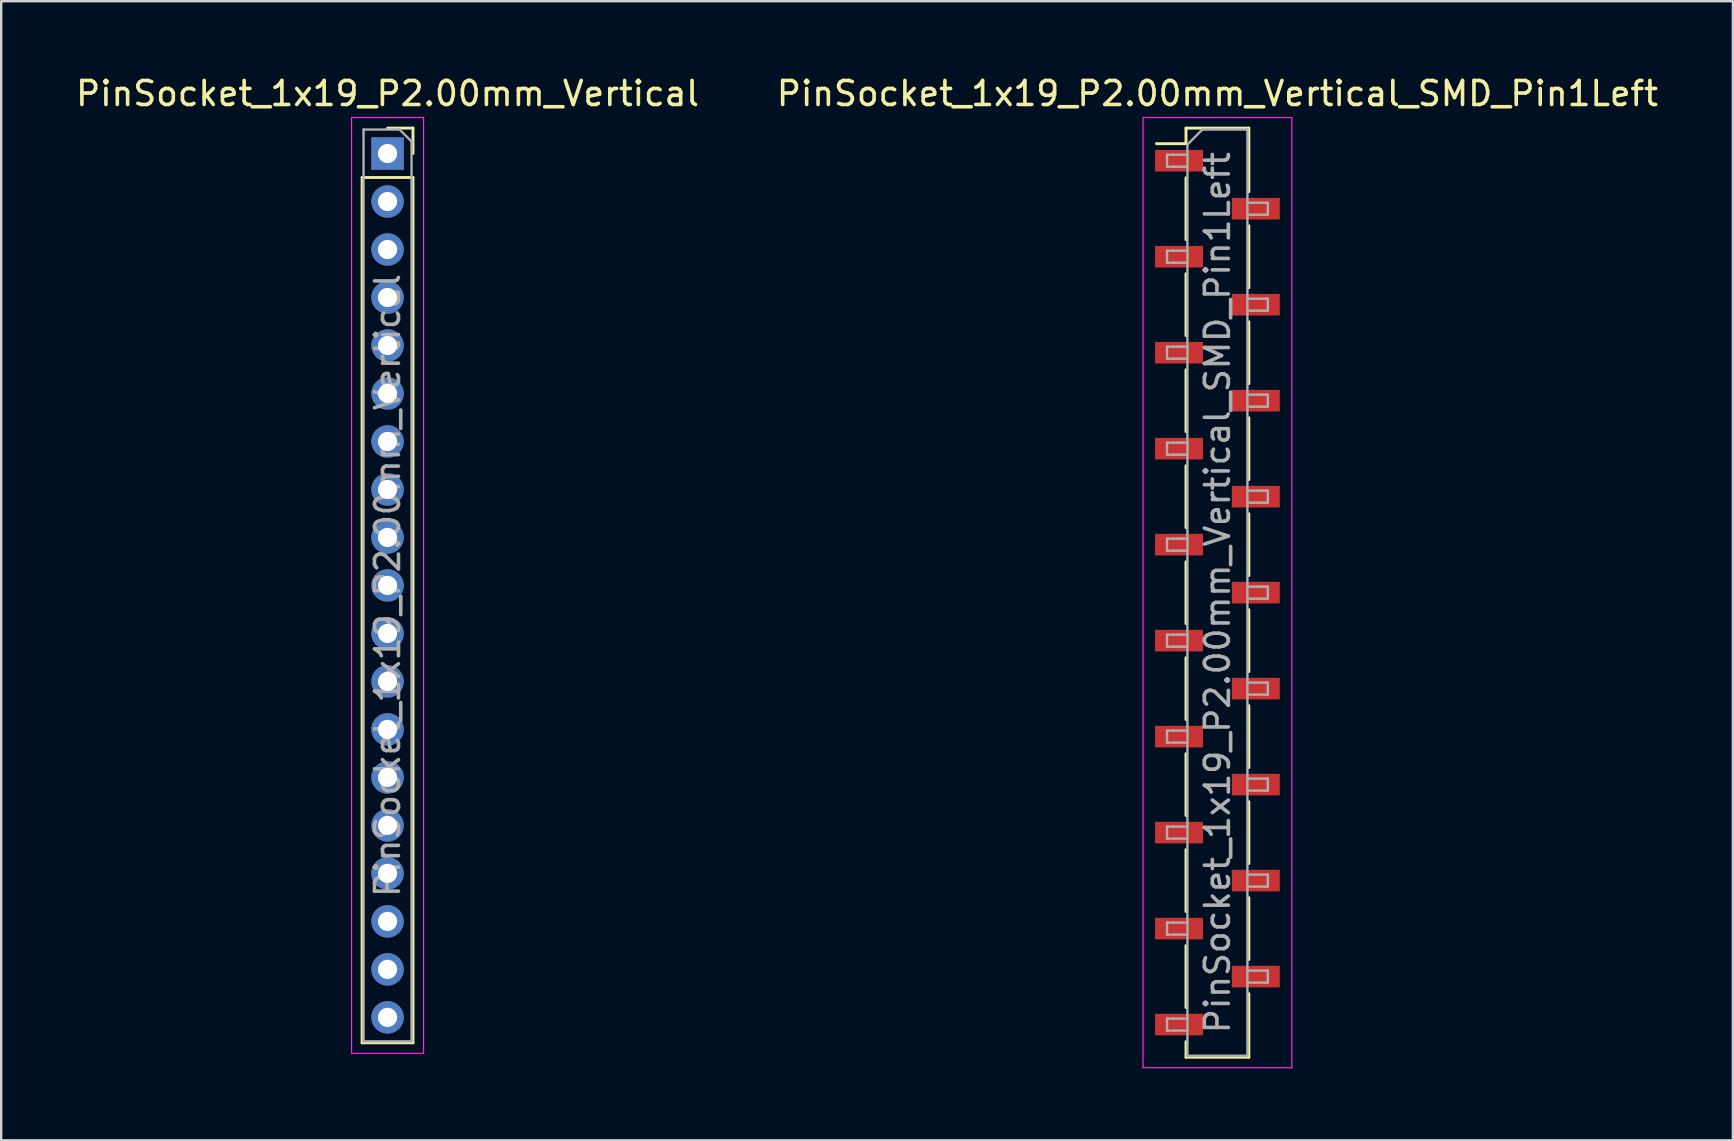
<source format=kicad_pcb>
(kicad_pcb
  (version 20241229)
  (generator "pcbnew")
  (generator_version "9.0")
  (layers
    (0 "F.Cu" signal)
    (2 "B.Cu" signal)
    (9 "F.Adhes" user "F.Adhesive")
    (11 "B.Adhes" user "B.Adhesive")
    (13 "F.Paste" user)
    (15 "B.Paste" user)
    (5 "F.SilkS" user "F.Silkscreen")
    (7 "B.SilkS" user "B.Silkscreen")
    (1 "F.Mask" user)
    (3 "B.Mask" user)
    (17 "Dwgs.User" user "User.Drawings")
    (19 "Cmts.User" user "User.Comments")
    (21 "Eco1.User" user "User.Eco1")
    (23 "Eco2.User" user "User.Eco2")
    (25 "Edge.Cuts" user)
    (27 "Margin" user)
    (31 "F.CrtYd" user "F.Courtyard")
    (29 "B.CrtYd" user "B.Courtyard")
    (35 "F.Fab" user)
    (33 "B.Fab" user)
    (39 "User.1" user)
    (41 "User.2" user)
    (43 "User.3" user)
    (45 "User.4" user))
  (footprint "PinSocket_1x19_P2.00mm_Vertical_SMD_Pin1Left"
    (layer "F.Cu")
    (at 47.685 21.648)
    (property "Reference" "PinSocket_1x19_P2.00mm_Vertical_SMD_Pin1Left" (at 0 -20.8 0) (layer "F.SilkS") (effects (font (size 1 1) (thickness 0.15))))
    (attr smd)
    (fp_line (start -2.54 -18.71) (end -1.31 -18.71) (stroke (width 0.12) (type solid)) (layer "F.SilkS"))
    (fp_line (start -1.31 -19.36) (end -1.31 -18.71) (stroke (width 0.12) (type solid)) (layer "F.SilkS"))
    (fp_line (start -1.31 -19.36) (end 1.31 -19.36) (stroke (width 0.12) (type solid)) (layer "F.SilkS"))
    (fp_line (start -1.31 -17.29) (end -1.31 -14.71) (stroke (width 0.12) (type solid)) (layer "F.SilkS"))
    (fp_line (start -1.31 -13.29) (end -1.31 -10.71) (stroke (width 0.12) (type solid)) (layer "F.SilkS"))
    (fp_line (start -1.31 -9.29) (end -1.31 -6.71) (stroke (width 0.12) (type solid)) (layer "F.SilkS"))
    (fp_line (start -1.31 -5.29) (end -1.31 -2.71) (stroke (width 0.12) (type solid)) (layer "F.SilkS"))
    (fp_line (start -1.31 -1.29) (end -1.31 1.29) (stroke (width 0.12) (type solid)) (layer "F.SilkS"))
    (fp_line (start -1.31 2.71) (end -1.31 5.29) (stroke (width 0.12) (type solid)) (layer "F.SilkS"))
    (fp_line (start -1.31 6.71) (end -1.31 9.29) (stroke (width 0.12) (type solid)) (layer "F.SilkS"))
    (fp_line (start -1.31 10.71) (end -1.31 13.29) (stroke (width 0.12) (type solid)) (layer "F.SilkS"))
    (fp_line (start -1.31 14.71) (end -1.31 17.29) (stroke (width 0.12) (type solid)) (layer "F.SilkS"))
    (fp_line (start -1.31 18.71) (end -1.31 19.36) (stroke (width 0.12) (type solid)) (layer "F.SilkS"))
    (fp_line (start -1.31 19.36) (end 1.31 19.36) (stroke (width 0.12) (type solid)) (layer "F.SilkS"))
    (fp_line (start 1.31 -19.36) (end 1.31 -16.71) (stroke (width 0.12) (type solid)) (layer "F.SilkS"))
    (fp_line (start 1.31 -15.29) (end 1.31 -12.71) (stroke (width 0.12) (type solid)) (layer "F.SilkS"))
    (fp_line (start 1.31 -11.29) (end 1.31 -8.71) (stroke (width 0.12) (type solid)) (layer "F.SilkS"))
    (fp_line (start 1.31 -7.29) (end 1.31 -4.71) (stroke (width 0.12) (type solid)) (layer "F.SilkS"))
    (fp_line (start 1.31 -3.29) (end 1.31 -0.71) (stroke (width 0.12) (type solid)) (layer "F.SilkS"))
    (fp_line (start 1.31 0.71) (end 1.31 3.29) (stroke (width 0.12) (type solid)) (layer "F.SilkS"))
    (fp_line (start 1.31 4.71) (end 1.31 7.29) (stroke (width 0.12) (type solid)) (layer "F.SilkS"))
    (fp_line (start 1.31 8.71) (end 1.31 11.29) (stroke (width 0.12) (type solid)) (layer "F.SilkS"))
    (fp_line (start 1.31 12.71) (end 1.31 15.29) (stroke (width 0.12) (type solid)) (layer "F.SilkS"))
    (fp_line (start 1.31 16.71) (end 1.31 19.36) (stroke (width 0.12) (type solid)) (layer "F.SilkS"))
    (fp_line (start -3.1 -19.8) (end 3.1 -19.8) (stroke (width 0.05) (type solid)) (layer "F.CrtYd"))
    (fp_line (start -3.1 19.8) (end -3.1 -19.8) (stroke (width 0.05) (type solid)) (layer "F.CrtYd"))
    (fp_line (start 3.1 -19.8) (end 3.1 19.8) (stroke (width 0.05) (type solid)) (layer "F.CrtYd"))
    (fp_line (start 3.1 19.8) (end -3.1 19.8) (stroke (width 0.05) (type solid)) (layer "F.CrtYd"))
    (fp_line (start -2.1 -18.25) (end -1.25 -18.25) (stroke (width 0.1) (type solid)) (layer "F.Fab"))
    (fp_line (start -2.1 -17.75) (end -2.1 -18.25) (stroke (width 0.1) (type solid)) (layer "F.Fab"))
    (fp_line (start -2.1 -14.25) (end -1.25 -14.25) (stroke (width 0.1) (type solid)) (layer "F.Fab"))
    (fp_line (start -2.1 -13.75) (end -2.1 -14.25) (stroke (width 0.1) (type solid)) (layer "F.Fab"))
    (fp_line (start -2.1 -10.25) (end -1.25 -10.25) (stroke (width 0.1) (type solid)) (layer "F.Fab"))
    (fp_line (start -2.1 -9.75) (end -2.1 -10.25) (stroke (width 0.1) (type solid)) (layer "F.Fab"))
    (fp_line (start -2.1 -6.25) (end -1.25 -6.25) (stroke (width 0.1) (type solid)) (layer "F.Fab"))
    (fp_line (start -2.1 -5.75) (end -2.1 -6.25) (stroke (width 0.1) (type solid)) (layer "F.Fab"))
    (fp_line (start -2.1 -2.25) (end -1.25 -2.25) (stroke (width 0.1) (type solid)) (layer "F.Fab"))
    (fp_line (start -2.1 -1.75) (end -2.1 -2.25) (stroke (width 0.1) (type solid)) (layer "F.Fab"))
    (fp_line (start -2.1 1.75) (end -1.25 1.75) (stroke (width 0.1) (type solid)) (layer "F.Fab"))
    (fp_line (start -2.1 2.25) (end -2.1 1.75) (stroke (width 0.1) (type solid)) (layer "F.Fab"))
    (fp_line (start -2.1 5.75) (end -1.25 5.75) (stroke (width 0.1) (type solid)) (layer "F.Fab"))
    (fp_line (start -2.1 6.25) (end -2.1 5.75) (stroke (width 0.1) (type solid)) (layer "F.Fab"))
    (fp_line (start -2.1 9.75) (end -1.25 9.75) (stroke (width 0.1) (type solid)) (layer "F.Fab"))
    (fp_line (start -2.1 10.25) (end -2.1 9.75) (stroke (width 0.1) (type solid)) (layer "F.Fab"))
    (fp_line (start -2.1 13.75) (end -1.25 13.75) (stroke (width 0.1) (type solid)) (layer "F.Fab"))
    (fp_line (start -2.1 14.25) (end -2.1 13.75) (stroke (width 0.1) (type solid)) (layer "F.Fab"))
    (fp_line (start -2.1 17.75) (end -1.25 17.75) (stroke (width 0.1) (type solid)) (layer "F.Fab"))
    (fp_line (start -2.1 18.25) (end -2.1 17.75) (stroke (width 0.1) (type solid)) (layer "F.Fab"))
    (fp_line (start -1.25 -18.675) (end -0.625 -19.3) (stroke (width 0.1) (type solid)) (layer "F.Fab"))
    (fp_line (start -1.25 -17.75) (end -2.1 -17.75) (stroke (width 0.1) (type solid)) (layer "F.Fab"))
    (fp_line (start -1.25 -13.75) (end -2.1 -13.75) (stroke (width 0.1) (type solid)) (layer "F.Fab"))
    (fp_line (start -1.25 -9.75) (end -2.1 -9.75) (stroke (width 0.1) (type solid)) (layer "F.Fab"))
    (fp_line (start -1.25 -5.75) (end -2.1 -5.75) (stroke (width 0.1) (type solid)) (layer "F.Fab"))
    (fp_line (start -1.25 -1.75) (end -2.1 -1.75) (stroke (width 0.1) (type solid)) (layer "F.Fab"))
    (fp_line (start -1.25 2.25) (end -2.1 2.25) (stroke (width 0.1) (type solid)) (layer "F.Fab"))
    (fp_line (start -1.25 6.25) (end -2.1 6.25) (stroke (width 0.1) (type solid)) (layer "F.Fab"))
    (fp_line (start -1.25 10.25) (end -2.1 10.25) (stroke (width 0.1) (type solid)) (layer "F.Fab"))
    (fp_line (start -1.25 14.25) (end -2.1 14.25) (stroke (width 0.1) (type solid)) (layer "F.Fab"))
    (fp_line (start -1.25 18.25) (end -2.1 18.25) (stroke (width 0.1) (type solid)) (layer "F.Fab"))
    (fp_line (start -1.25 19.3) (end -1.25 -18.675) (stroke (width 0.1) (type solid)) (layer "F.Fab"))
    (fp_line (start -0.625 -19.3) (end 1.25 -19.3) (stroke (width 0.1) (type solid)) (layer "F.Fab"))
    (fp_line (start 1.25 -19.3) (end 1.25 19.3) (stroke (width 0.1) (type solid)) (layer "F.Fab"))
    (fp_line (start 1.25 -16.25) (end 2.1 -16.25) (stroke (width 0.1) (type solid)) (layer "F.Fab"))
    (fp_line (start 1.25 -12.25) (end 2.1 -12.25) (stroke (width 0.1) (type solid)) (layer "F.Fab"))
    (fp_line (start 1.25 -8.25) (end 2.1 -8.25) (stroke (width 0.1) (type solid)) (layer "F.Fab"))
    (fp_line (start 1.25 -4.25) (end 2.1 -4.25) (stroke (width 0.1) (type solid)) (layer "F.Fab"))
    (fp_line (start 1.25 -0.25) (end 2.1 -0.25) (stroke (width 0.1) (type solid)) (layer "F.Fab"))
    (fp_line (start 1.25 3.75) (end 2.1 3.75) (stroke (width 0.1) (type solid)) (layer "F.Fab"))
    (fp_line (start 1.25 7.75) (end 2.1 7.75) (stroke (width 0.1) (type solid)) (layer "F.Fab"))
    (fp_line (start 1.25 11.75) (end 2.1 11.75) (stroke (width 0.1) (type solid)) (layer "F.Fab"))
    (fp_line (start 1.25 15.75) (end 2.1 15.75) (stroke (width 0.1) (type solid)) (layer "F.Fab"))
    (fp_line (start 1.25 19.3) (end -1.25 19.3) (stroke (width 0.1) (type solid)) (layer "F.Fab"))
    (fp_line (start 2.1 -16.25) (end 2.1 -15.75) (stroke (width 0.1) (type solid)) (layer "F.Fab"))
    (fp_line (start 2.1 -15.75) (end 1.25 -15.75) (stroke (width 0.1) (type solid)) (layer "F.Fab"))
    (fp_line (start 2.1 -12.25) (end 2.1 -11.75) (stroke (width 0.1) (type solid)) (layer "F.Fab"))
    (fp_line (start 2.1 -11.75) (end 1.25 -11.75) (stroke (width 0.1) (type solid)) (layer "F.Fab"))
    (fp_line (start 2.1 -8.25) (end 2.1 -7.75) (stroke (width 0.1) (type solid)) (layer "F.Fab"))
    (fp_line (start 2.1 -7.75) (end 1.25 -7.75) (stroke (width 0.1) (type solid)) (layer "F.Fab"))
    (fp_line (start 2.1 -4.25) (end 2.1 -3.75) (stroke (width 0.1) (type solid)) (layer "F.Fab"))
    (fp_line (start 2.1 -3.75) (end 1.25 -3.75) (stroke (width 0.1) (type solid)) (layer "F.Fab"))
    (fp_line (start 2.1 -0.25) (end 2.1 0.25) (stroke (width 0.1) (type solid)) (layer "F.Fab"))
    (fp_line (start 2.1 0.25) (end 1.25 0.25) (stroke (width 0.1) (type solid)) (layer "F.Fab"))
    (fp_line (start 2.1 3.75) (end 2.1 4.25) (stroke (width 0.1) (type solid)) (layer "F.Fab"))
    (fp_line (start 2.1 4.25) (end 1.25 4.25) (stroke (width 0.1) (type solid)) (layer "F.Fab"))
    (fp_line (start 2.1 7.75) (end 2.1 8.25) (stroke (width 0.1) (type solid)) (layer "F.Fab"))
    (fp_line (start 2.1 8.25) (end 1.25 8.25) (stroke (width 0.1) (type solid)) (layer "F.Fab"))
    (fp_line (start 2.1 11.75) (end 2.1 12.25) (stroke (width 0.1) (type solid)) (layer "F.Fab"))
    (fp_line (start 2.1 12.25) (end 1.25 12.25) (stroke (width 0.1) (type solid)) (layer "F.Fab"))
    (fp_line (start 2.1 15.75) (end 2.1 16.25) (stroke (width 0.1) (type solid)) (layer "F.Fab"))
    (fp_line (start 2.1 16.25) (end 1.25 16.25) (stroke (width 0.1) (type solid)) (layer "F.Fab"))
    (fp_text user "${REFERENCE}" (at 0 0 90) (layer "F.Fab") (effects (font (size 1 1) (thickness 0.15))))
    (pad "1" smd rect (at -1.6 -18) (size 2 0.9) (layers "F.Cu" "F.Mask" "F.Paste"))
    (pad "2" smd rect (at 1.6 -16) (size 2 0.9) (layers "F.Cu" "F.Mask" "F.Paste"))
    (pad "3" smd rect (at -1.6 -14) (size 2 0.9) (layers "F.Cu" "F.Mask" "F.Paste"))
    (pad "4" smd rect (at 1.6 -12) (size 2 0.9) (layers "F.Cu" "F.Mask" "F.Paste"))
    (pad "5" smd rect (at -1.6 -10) (size 2 0.9) (layers "F.Cu" "F.Mask" "F.Paste"))
    (pad "6" smd rect (at 1.6 -8) (size 2 0.9) (layers "F.Cu" "F.Mask" "F.Paste"))
    (pad "7" smd rect (at -1.6 -6) (size 2 0.9) (layers "F.Cu" "F.Mask" "F.Paste"))
    (pad "8" smd rect (at 1.6 -4) (size 2 0.9) (layers "F.Cu" "F.Mask" "F.Paste"))
    (pad "9" smd rect (at -1.6 -2) (size 2 0.9) (layers "F.Cu" "F.Mask" "F.Paste"))
    (pad "10" smd rect (at 1.6 0) (size 2 0.9) (layers "F.Cu" "F.Mask" "F.Paste"))
    (pad "11" smd rect (at -1.6 2) (size 2 0.9) (layers "F.Cu" "F.Mask" "F.Paste"))
    (pad "12" smd rect (at 1.6 4) (size 2 0.9) (layers "F.Cu" "F.Mask" "F.Paste"))
    (pad "13" smd rect (at -1.6 6) (size 2 0.9) (layers "F.Cu" "F.Mask" "F.Paste"))
    (pad "14" smd rect (at 1.6 8) (size 2 0.9) (layers "F.Cu" "F.Mask" "F.Paste"))
    (pad "15" smd rect (at -1.6 10) (size 2 0.9) (layers "F.Cu" "F.Mask" "F.Paste"))
    (pad "16" smd rect (at 1.6 12) (size 2 0.9) (layers "F.Cu" "F.Mask" "F.Paste"))
    (pad "17" smd rect (at -1.6 14) (size 2 0.9) (layers "F.Cu" "F.Mask" "F.Paste"))
    (pad "18" smd rect (at 1.6 16) (size 2 0.9) (layers "F.Cu" "F.Mask" "F.Paste"))
    (pad "19" smd rect (at -1.6 18) (size 2 0.9) (layers "F.Cu" "F.Mask" "F.Paste")))
  (footprint "PinSocket_1x19_P2.00mm_Vertical"
    (layer "F.Cu")
    (at 13.101 3.348)
    (property "Reference" "PinSocket_1x19_P2.00mm_Vertical" (at 0 -2.5 0) (layer "F.SilkS") (effects (font (size 1 1) (thickness 0.15))))
    (attr through_hole)
    (fp_line (start -1.06 1) (end -1.06 37.06) (stroke (width 0.12) (type solid)) (layer "F.SilkS"))
    (fp_line (start -1.06 1) (end 1.06 1) (stroke (width 0.12) (type solid)) (layer "F.SilkS"))
    (fp_line (start -1.06 37.06) (end 1.06 37.06) (stroke (width 0.12) (type solid)) (layer "F.SilkS"))
    (fp_line (start 0 -1.06) (end 1.06 -1.06) (stroke (width 0.12) (type solid)) (layer "F.SilkS"))
    (fp_line (start 1.06 -1.06) (end 1.06 0) (stroke (width 0.12) (type solid)) (layer "F.SilkS"))
    (fp_line (start 1.06 1) (end 1.06 37.06) (stroke (width 0.12) (type solid)) (layer "F.SilkS"))
    (fp_line (start -1.5 -1.5) (end 1.5 -1.5) (stroke (width 0.05) (type solid)) (layer "F.CrtYd"))
    (fp_line (start -1.5 37.5) (end -1.5 -1.5) (stroke (width 0.05) (type solid)) (layer "F.CrtYd"))
    (fp_line (start 1.5 -1.5) (end 1.5 37.5) (stroke (width 0.05) (type solid)) (layer "F.CrtYd"))
    (fp_line (start 1.5 37.5) (end -1.5 37.5) (stroke (width 0.05) (type solid)) (layer "F.CrtYd"))
    (fp_line (start -1 -1) (end 0.5 -1) (stroke (width 0.1) (type solid)) (layer "F.Fab"))
    (fp_line (start -1 37) (end -1 -1) (stroke (width 0.1) (type solid)) (layer "F.Fab"))
    (fp_line (start 0.5 -1) (end 1 -0.5) (stroke (width 0.1) (type solid)) (layer "F.Fab"))
    (fp_line (start 1 -0.5) (end 1 37) (stroke (width 0.1) (type solid)) (layer "F.Fab"))
    (fp_line (start 1 37) (end -1 37) (stroke (width 0.1) (type solid)) (layer "F.Fab"))
    (fp_text user "${REFERENCE}" (at 0 18 90) (layer "F.Fab") (effects (font (size 1 1) (thickness 0.15))))
    (pad "1" thru_hole rect (at 0 0) (size 1.35 1.35) (drill 0.8) (layers "*.Cu" "*.Mask"))
    (pad "2" thru_hole circle (at 0 2) (size 1.35 1.35) (drill 0.8) (layers "*.Cu" "*.Mask"))
    (pad "3" thru_hole circle (at 0 4) (size 1.35 1.35) (drill 0.8) (layers "*.Cu" "*.Mask"))
    (pad "4" thru_hole circle (at 0 6) (size 1.35 1.35) (drill 0.8) (layers "*.Cu" "*.Mask"))
    (pad "5" thru_hole circle (at 0 8) (size 1.35 1.35) (drill 0.8) (layers "*.Cu" "*.Mask"))
    (pad "6" thru_hole circle (at 0 10) (size 1.35 1.35) (drill 0.8) (layers "*.Cu" "*.Mask"))
    (pad "7" thru_hole circle (at 0 12) (size 1.35 1.35) (drill 0.8) (layers "*.Cu" "*.Mask"))
    (pad "8" thru_hole circle (at 0 14) (size 1.35 1.35) (drill 0.8) (layers "*.Cu" "*.Mask"))
    (pad "9" thru_hole circle (at 0 16) (size 1.35 1.35) (drill 0.8) (layers "*.Cu" "*.Mask"))
    (pad "10" thru_hole circle (at 0 18) (size 1.35 1.35) (drill 0.8) (layers "*.Cu" "*.Mask"))
    (pad "11" thru_hole circle (at 0 20) (size 1.35 1.35) (drill 0.8) (layers "*.Cu" "*.Mask"))
    (pad "12" thru_hole circle (at 0 22) (size 1.35 1.35) (drill 0.8) (layers "*.Cu" "*.Mask"))
    (pad "13" thru_hole circle (at 0 24) (size 1.35 1.35) (drill 0.8) (layers "*.Cu" "*.Mask"))
    (pad "14" thru_hole circle (at 0 26) (size 1.35 1.35) (drill 0.8) (layers "*.Cu" "*.Mask"))
    (pad "15" thru_hole circle (at 0 28) (size 1.35 1.35) (drill 0.8) (layers "*.Cu" "*.Mask"))
    (pad "16" thru_hole circle (at 0 30) (size 1.35 1.35) (drill 0.8) (layers "*.Cu" "*.Mask"))
    (pad "17" thru_hole circle (at 0 32) (size 1.35 1.35) (drill 0.8) (layers "*.Cu" "*.Mask"))
    (pad "18" thru_hole circle (at 0 34) (size 1.35 1.35) (drill 0.8) (layers "*.Cu" "*.Mask"))
    (pad "19" thru_hole circle (at 0 36) (size 1.35 1.35) (drill 0.8) (layers "*.Cu" "*.Mask")))
  (gr_rect
    (start -3 -3)
    (end 69.167 44.473)
    (stroke (width 0.1) (type default))
    (fill no)
    (layer "Edge.Cuts")))
</source>
